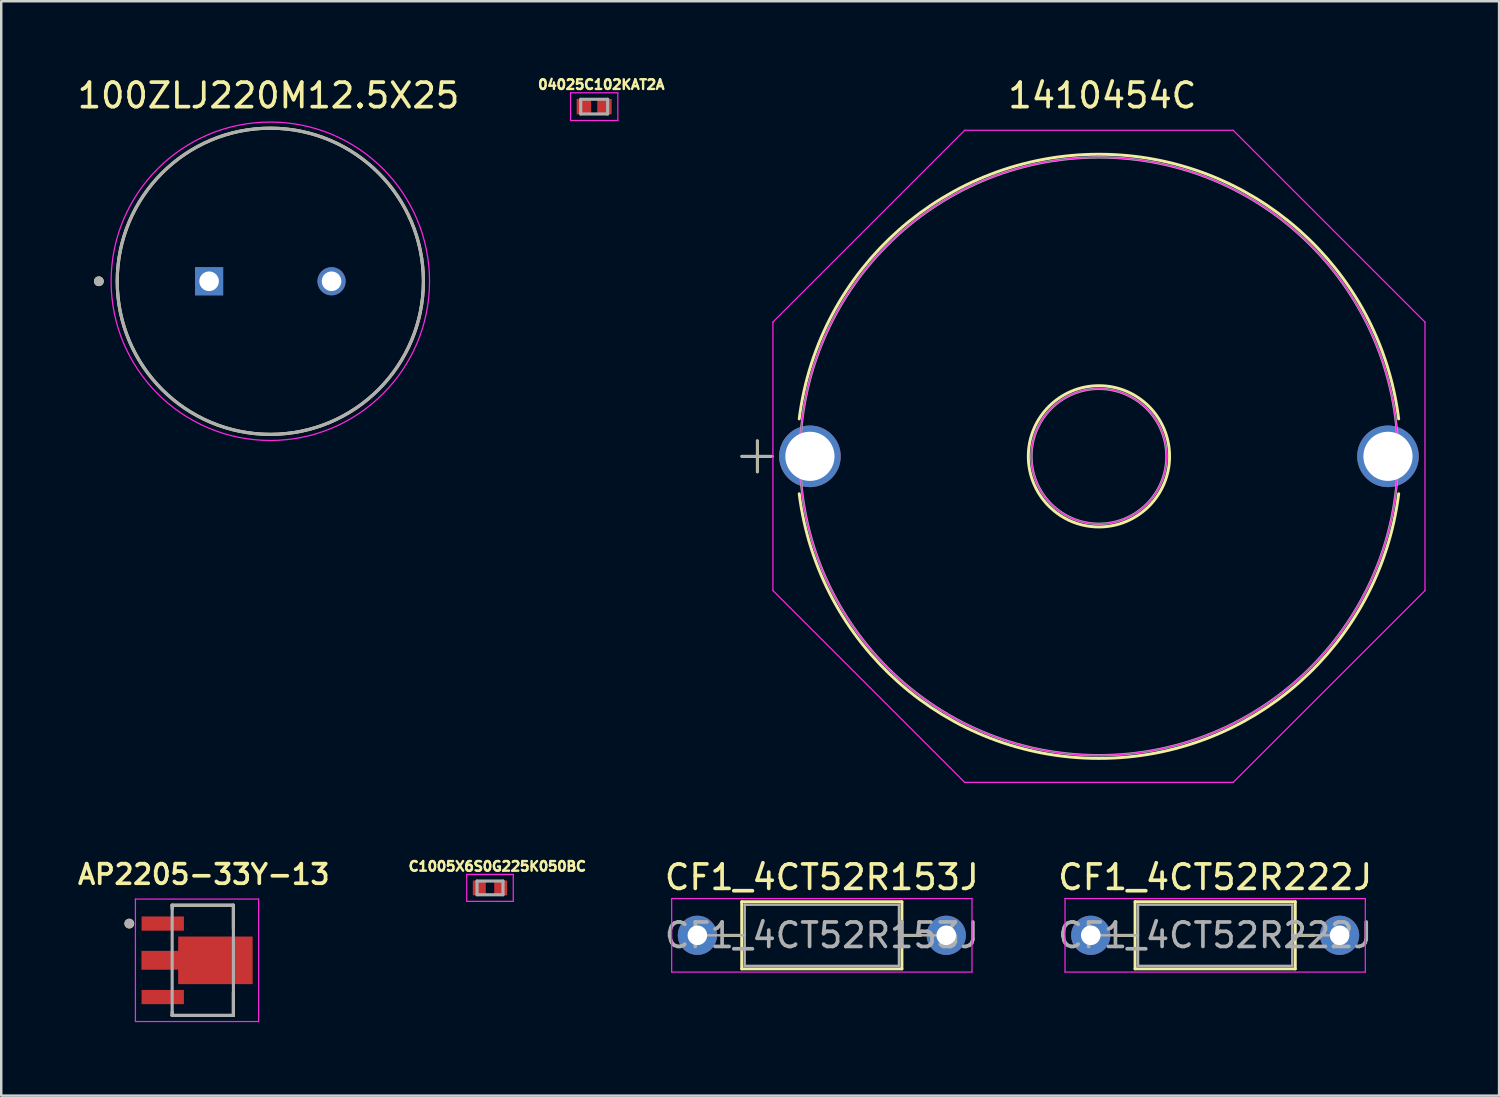
<source format=kicad_pcb>
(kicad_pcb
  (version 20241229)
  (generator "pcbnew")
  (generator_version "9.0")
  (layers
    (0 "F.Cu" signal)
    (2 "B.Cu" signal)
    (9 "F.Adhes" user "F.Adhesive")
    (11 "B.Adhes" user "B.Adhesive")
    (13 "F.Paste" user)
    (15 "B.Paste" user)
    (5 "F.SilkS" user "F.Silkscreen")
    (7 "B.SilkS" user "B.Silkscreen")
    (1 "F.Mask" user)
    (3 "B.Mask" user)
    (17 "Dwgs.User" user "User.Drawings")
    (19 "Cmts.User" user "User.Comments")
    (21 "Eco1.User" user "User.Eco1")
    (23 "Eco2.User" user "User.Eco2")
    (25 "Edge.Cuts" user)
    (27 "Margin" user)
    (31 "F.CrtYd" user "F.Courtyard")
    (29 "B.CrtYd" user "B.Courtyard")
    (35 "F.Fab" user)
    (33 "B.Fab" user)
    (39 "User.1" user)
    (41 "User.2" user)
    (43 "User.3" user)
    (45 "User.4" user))
  (footprint "04025C102KAT2A"
    (layer "F.Cu")
    (at 21.208 1.303)
    (property "Reference" "04025C102KAT2A" (at 0.29 -0.9 0) (layer "F.SilkS") (effects (font (size 0.394 0.394) (thickness 0.15))))
    (attr through_hole)
    (fp_line (start -0.965 -0.565) (end 0.965 -0.565) (stroke (width 0.05) (type solid)) (layer "F.CrtYd"))
    (fp_line (start -0.965 0.565) (end -0.965 -0.565) (stroke (width 0.05) (type solid)) (layer "F.CrtYd"))
    (fp_line (start -0.965 0.565) (end 0.965 0.565) (stroke (width 0.05) (type solid)) (layer "F.CrtYd"))
    (fp_line (start 0.965 0.565) (end 0.965 -0.565) (stroke (width 0.05) (type solid)) (layer "F.CrtYd"))
    (fp_line (start -0.55 0.3) (end -0.55 -0.3) (stroke (width 0.127) (type solid)) (layer "F.Fab"))
    (fp_line (start 0.55 -0.3) (end -0.55 -0.3) (stroke (width 0.127) (type solid)) (layer "F.Fab"))
    (fp_line (start 0.55 0.3) (end -0.55 0.3) (stroke (width 0.127) (type solid)) (layer "F.Fab"))
    (fp_line (start 0.55 0.3) (end 0.55 -0.3) (stroke (width 0.127) (type solid)) (layer "F.Fab"))
    (pad "1" smd rect (at -0.42 0) (size 0.59 0.63) (layers "F.Cu" "F.Mask" "F.Paste"))
    (pad "2" smd rect (at 0.42 0) (size 0.59 0.63) (layers "F.Cu" "F.Mask" "F.Paste")))
  (footprint "CF1_4CT52R153J"
    (layer "F.Cu")
    (at 25.422 35.135)
    (property "Reference" "CF1_4CT52R153J" (at 5.08 -2.37 0) (layer "F.SilkS") (effects (font (size 1 1) (thickness 0.15))))
    (attr through_hole)
    (fp_line (start 1.04 0) (end 1.81 0) (stroke (width 0.12) (type solid)) (layer "F.SilkS"))
    (fp_line (start 1.81 -1.37) (end 1.81 1.37) (stroke (width 0.12) (type solid)) (layer "F.SilkS"))
    (fp_line (start 1.81 1.37) (end 8.35 1.37) (stroke (width 0.12) (type solid)) (layer "F.SilkS"))
    (fp_line (start 8.35 -1.37) (end 1.81 -1.37) (stroke (width 0.12) (type solid)) (layer "F.SilkS"))
    (fp_line (start 8.35 1.37) (end 8.35 -1.37) (stroke (width 0.12) (type solid)) (layer "F.SilkS"))
    (fp_line (start 9.12 0) (end 8.35 0) (stroke (width 0.12) (type solid)) (layer "F.SilkS"))
    (fp_line (start -1.05 -1.5) (end -1.05 1.5) (stroke (width 0.05) (type solid)) (layer "F.CrtYd"))
    (fp_line (start -1.05 1.5) (end 11.21 1.5) (stroke (width 0.05) (type solid)) (layer "F.CrtYd"))
    (fp_line (start 11.21 -1.5) (end -1.05 -1.5) (stroke (width 0.05) (type solid)) (layer "F.CrtYd"))
    (fp_line (start 11.21 1.5) (end 11.21 -1.5) (stroke (width 0.05) (type solid)) (layer "F.CrtYd"))
    (fp_line (start 0 0) (end 1.93 0) (stroke (width 0.1) (type solid)) (layer "F.Fab"))
    (fp_line (start 1.93 -1.25) (end 1.93 1.25) (stroke (width 0.1) (type solid)) (layer "F.Fab"))
    (fp_line (start 1.93 1.25) (end 8.23 1.25) (stroke (width 0.1) (type solid)) (layer "F.Fab"))
    (fp_line (start 8.23 -1.25) (end 1.93 -1.25) (stroke (width 0.1) (type solid)) (layer "F.Fab"))
    (fp_line (start 8.23 1.25) (end 8.23 -1.25) (stroke (width 0.1) (type solid)) (layer "F.Fab"))
    (fp_line (start 10.16 0) (end 8.23 0) (stroke (width 0.1) (type solid)) (layer "F.Fab"))
    (fp_text user "${REFERENCE}" (at 5.08 0 0) (layer "F.Fab") (effects (font (size 1 1) (thickness 0.15))))
    (pad "1" thru_hole circle (at 0 0) (size 1.6 1.6) (drill 0.8) (layers "*.Cu" "*.Mask"))
    (pad "2" thru_hole oval (at 10.16 0) (size 1.6 1.6) (drill 0.8) (layers "*.Cu" "*.Mask")))
  (footprint "C1005X6S0G225K050BC"
    (layer "F.Cu")
    (at 16.955 33.2)
    (property "Reference" "C1005X6S0G225K050BC" (at 0.3 -0.88 0) (layer "F.SilkS") (effects (font (size 0.394 0.394) (thickness 0.15))))
    (attr through_hole)
    (fp_line (start -0.95 -0.55) (end 0.95 -0.55) (stroke (width 0.05) (type solid)) (layer "F.CrtYd"))
    (fp_line (start -0.95 0.55) (end -0.95 -0.55) (stroke (width 0.05) (type solid)) (layer "F.CrtYd"))
    (fp_line (start -0.95 0.55) (end 0.95 0.55) (stroke (width 0.05) (type solid)) (layer "F.CrtYd"))
    (fp_line (start 0.95 0.55) (end 0.95 -0.55) (stroke (width 0.05) (type solid)) (layer "F.CrtYd"))
    (fp_line (start -0.53 0.28) (end -0.53 -0.28) (stroke (width 0.127) (type solid)) (layer "F.Fab"))
    (fp_line (start 0.53 -0.28) (end -0.53 -0.28) (stroke (width 0.127) (type solid)) (layer "F.Fab"))
    (fp_line (start 0.53 0.28) (end -0.53 0.28) (stroke (width 0.127) (type solid)) (layer "F.Fab"))
    (fp_line (start 0.53 0.28) (end 0.53 -0.28) (stroke (width 0.127) (type solid)) (layer "F.Fab"))
    (pad "1" smd rect (at -0.437 0) (size 0.53 0.6) (layers "F.Cu" "F.Mask" "F.Paste"))
    (pad "2" smd rect (at 0.437 0) (size 0.53 0.6) (layers "F.Cu" "F.Mask" "F.Paste")))
  (footprint "CF1_4CT52R222J"
    (layer "F.Cu")
    (at 41.481 35.135)
    (property "Reference" "CF1_4CT52R222J" (at 5.08 -2.37 0) (layer "F.SilkS") (effects (font (size 1 1) (thickness 0.15))))
    (attr through_hole)
    (fp_line (start 1.04 0) (end 1.81 0) (stroke (width 0.12) (type solid)) (layer "F.SilkS"))
    (fp_line (start 1.81 -1.37) (end 1.81 1.37) (stroke (width 0.12) (type solid)) (layer "F.SilkS"))
    (fp_line (start 1.81 1.37) (end 8.35 1.37) (stroke (width 0.12) (type solid)) (layer "F.SilkS"))
    (fp_line (start 8.35 -1.37) (end 1.81 -1.37) (stroke (width 0.12) (type solid)) (layer "F.SilkS"))
    (fp_line (start 8.35 1.37) (end 8.35 -1.37) (stroke (width 0.12) (type solid)) (layer "F.SilkS"))
    (fp_line (start 9.12 0) (end 8.35 0) (stroke (width 0.12) (type solid)) (layer "F.SilkS"))
    (fp_line (start -1.05 -1.5) (end -1.05 1.5) (stroke (width 0.05) (type solid)) (layer "F.CrtYd"))
    (fp_line (start -1.05 1.5) (end 11.21 1.5) (stroke (width 0.05) (type solid)) (layer "F.CrtYd"))
    (fp_line (start 11.21 -1.5) (end -1.05 -1.5) (stroke (width 0.05) (type solid)) (layer "F.CrtYd"))
    (fp_line (start 11.21 1.5) (end 11.21 -1.5) (stroke (width 0.05) (type solid)) (layer "F.CrtYd"))
    (fp_line (start 0 0) (end 1.93 0) (stroke (width 0.1) (type solid)) (layer "F.Fab"))
    (fp_line (start 1.93 -1.25) (end 1.93 1.25) (stroke (width 0.1) (type solid)) (layer "F.Fab"))
    (fp_line (start 1.93 1.25) (end 8.23 1.25) (stroke (width 0.1) (type solid)) (layer "F.Fab"))
    (fp_line (start 8.23 -1.25) (end 1.93 -1.25) (stroke (width 0.1) (type solid)) (layer "F.Fab"))
    (fp_line (start 8.23 1.25) (end 8.23 -1.25) (stroke (width 0.1) (type solid)) (layer "F.Fab"))
    (fp_line (start 10.16 0) (end 8.23 0) (stroke (width 0.1) (type solid)) (layer "F.Fab"))
    (fp_text user "${REFERENCE}" (at 5.08 0 0) (layer "F.Fab") (effects (font (size 1 1) (thickness 0.15))))
    (pad "1" thru_hole circle (at 0 0) (size 1.6 1.6) (drill 0.8) (layers "*.Cu" "*.Mask"))
    (pad "2" thru_hole oval (at 10.16 0) (size 1.6 1.6) (drill 0.8) (layers "*.Cu" "*.Mask")))
  (footprint "1410454C"
    (layer "F.Cu")
    (at 41.954 15.58)
    (property "Reference" "1410454C" (at 0 -14.732 0) (layer "F.SilkS") (effects (font (size 1 1) (thickness 0.15))))
    (attr through_hole)
    (fp_line (start -14.719 0) (end -13.528 0) (stroke (width 0.12) (type solid)) (layer "F.SilkS"))
    (fp_line (start -14.084 -0.635) (end -14.084 0.635) (stroke (width 0.12) (type solid)) (layer "F.SilkS"))
    (fp_arc (start -12.37455 -1.528935) (mid -0.138 -12.3317) (end 12.098552 -1.528938) (stroke (width 0.12) (type solid)) (layer "F.SilkS"))
    (fp_arc (start 12.098552 1.528937) (mid -0.137999 12.3317) (end -12.37455 1.528936) (stroke (width 0.12) (type solid)) (layer "F.SilkS"))
    (fp_circle (center -0.138 0) (end 2.745 0) (stroke (width 0.12) (type solid)) (fill no) (layer "F.SilkS"))
    (fp_line (start -13.449 -5.481) (end -5.619 -13.311) (stroke (width 0.05) (type solid)) (layer "F.CrtYd"))
    (fp_line (start -13.449 5.481) (end -13.449 -5.481) (stroke (width 0.05) (type solid)) (layer "F.CrtYd"))
    (fp_line (start -5.619 -13.311) (end 5.343 -13.311) (stroke (width 0.05) (type solid)) (layer "F.CrtYd"))
    (fp_line (start -5.619 13.311) (end -13.449 5.481) (stroke (width 0.05) (type solid)) (layer "F.CrtYd"))
    (fp_line (start 5.343 -13.311) (end 13.173 -5.481) (stroke (width 0.05) (type solid)) (layer "F.CrtYd"))
    (fp_line (start 5.343 13.311) (end -5.619 13.311) (stroke (width 0.05) (type solid)) (layer "F.CrtYd"))
    (fp_line (start 13.173 -5.481) (end 13.173 5.481) (stroke (width 0.05) (type solid)) (layer "F.CrtYd"))
    (fp_line (start 13.173 5.481) (end 5.343 13.311) (stroke (width 0.05) (type solid)) (layer "F.CrtYd"))
    (fp_circle (center -0.138 0) (end 2.618 0) (stroke (width 0.05) (type solid)) (fill no) (layer "F.CrtYd"))
    (fp_circle (center -0.138 0) (end 12.067 0) (stroke (width 0.05) (type solid)) (fill no) (layer "F.CrtYd"))
    (fp_line (start -14.719 0) (end -13.449 0) (stroke (width 0.1) (type solid)) (layer "F.Fab"))
    (fp_line (start -14.084 -0.635) (end -14.084 0.635) (stroke (width 0.1) (type solid)) (layer "F.Fab"))
    (fp_circle (center -0.138 0) (end 2.618 0) (stroke (width 0.1) (type solid)) (fill no) (layer "F.Fab"))
    (fp_circle (center -0.138 0) (end 12.067 0) (stroke (width 0.1) (type solid)) (fill no) (layer "F.Fab"))
    (fp_text user "*" (at -11.938 0 0) (layer "F.SilkS") (effects (font (size 1 1) (thickness 0.15))))
    (fp_text user "Copyright 2021 Accelerated Designs. All rights reserved." (at -11.938 0 0) (layer "Cmts.User") (effects (font (size 0.127 0.127) (thickness 0.002))))
    (fp_text user "*" (at -11.938 0 0) (layer "F.Fab") (effects (font (size 1 1) (thickness 0.15))))
    (pad "1" thru_hole circle (at -11.938 0) (size 2.515 2.515) (drill 2.007) (layers "*.Cu" "*.Mask"))
    (pad "2" thru_hole circle (at 11.662 0) (size 2.515 2.515) (drill 2.007) (layers "*.Cu" "*.Mask")))
  (footprint "AP2205-33Y-13"
    (layer "F.Cu")
    (at 5.229 36.156)
    (property "Reference" "AP2205-33Y-13" (at 0.04 -3.508 0) (layer "F.SilkS") (effects (font (size 0.8 0.8) (thickness 0.15))))
    (attr through_hole)
    (fp_poly (pts (xy -2.55 -1.84) (xy -0.72 -1.84) (xy -0.72 -1.16) (xy -2.55 -1.16)) (stroke (width 0.01) (type solid)) (fill yes) (layer "F.Mask"))
    (fp_poly (pts (xy -2.55 1.16) (xy -0.72 1.16) (xy -0.72 1.84) (xy -2.55 1.84)) (stroke (width 0.01) (type solid)) (fill yes) (layer "F.Mask"))
    (fp_poly (pts (xy 2.08 -1.016) (xy 2.08 1.016) (xy -1.05 1.016) (xy -1.05 0.43) (xy -2.55 0.43) (xy -2.55 -0.43) (xy -1.05 -0.43) (xy -1.05 -1.016)) (stroke (width 0.01) (type solid)) (fill yes) (layer "F.Mask"))
    (fp_line (start -1.25 -2.25) (end 1.25 -2.25) (stroke (width 0.127) (type solid)) (layer "F.SilkS"))
    (fp_line (start -1.25 -2.11) (end -1.25 -2.25) (stroke (width 0.127) (type solid)) (layer "F.SilkS"))
    (fp_line (start -1.25 2.25) (end -1.25 2.11) (stroke (width 0.127) (type solid)) (layer "F.SilkS"))
    (fp_line (start -1.25 2.25) (end 1.25 2.25) (stroke (width 0.127) (type solid)) (layer "F.SilkS"))
    (fp_line (start 1.25 -1.3) (end 1.25 -2.25) (stroke (width 0.127) (type solid)) (layer "F.SilkS"))
    (fp_line (start 1.25 1.3) (end 1.25 2.25) (stroke (width 0.127) (type solid)) (layer "F.SilkS"))
    (fp_circle (center -3 -1.5) (end -2.9 -1.5) (stroke (width 0.2) (type solid)) (fill no) (layer "F.SilkS"))
    (fp_poly (pts (xy -2.5 -0.38) (xy -1 -0.38) (xy -1 0.38) (xy -2.5 0.38)) (stroke (width 0.01) (type solid)) (fill yes) (layer "F.Paste"))
    (fp_poly (pts (xy -0.445 -0.61) (xy 1.475 -0.61) (xy 1.475 0.61) (xy -0.445 0.61)) (stroke (width 0.01) (type solid)) (fill yes) (layer "F.Paste"))
    (fp_line (start -2.75 -2.5) (end -2.75 2.5) (stroke (width 0.05) (type solid)) (layer "F.CrtYd"))
    (fp_line (start 2.28 -2.5) (end -2.75 -2.5) (stroke (width 0.05) (type solid)) (layer "F.CrtYd"))
    (fp_line (start 2.28 -2.5) (end 2.28 2.5) (stroke (width 0.05) (type solid)) (layer "F.CrtYd"))
    (fp_line (start 2.28 2.5) (end -2.75 2.5) (stroke (width 0.05) (type solid)) (layer "F.CrtYd"))
    (fp_line (start -1.25 -2.25) (end -1.25 2.25) (stroke (width 0.127) (type solid)) (layer "F.Fab"))
    (fp_line (start -1.25 -2.25) (end 1.25 -2.25) (stroke (width 0.127) (type solid)) (layer "F.Fab"))
    (fp_line (start -1.25 2.25) (end 1.25 2.25) (stroke (width 0.127) (type solid)) (layer "F.Fab"))
    (fp_line (start 1.25 -2.25) (end 1.25 2.25) (stroke (width 0.127) (type solid)) (layer "F.Fab"))
    (fp_circle (center -3 -1.5) (end -2.9 -1.5) (stroke (width 0.2) (type solid)) (fill no) (layer "F.Fab"))
    (pad "1" smd rect (at -1.635 -1.5) (size 1.73 0.58) (layers "F.Cu" "F.Paste"))
    (pad "2" smd custom (at 0 0) (size 1 0.76) (layers "F.Cu") (options (anchor rect)) (primitives (gr_poly (pts (xy 2.03 -0.967) (xy 2.03 0.967) (xy -1 0.967) (xy -1 0.38) (xy -2.5 0.38) (xy -2.5 -0.38) (xy -1 -0.38) (xy -1 -0.967)) (width 0.01) (fill yes))))
    (pad "3" smd rect (at -1.635 1.5) (size 1.73 0.58) (layers "F.Cu" "F.Paste")))
  (footprint "100ZLJ220M12.5X25"
    (layer "F.Cu")
    (at 7.986 8.433)
    (property "Reference" "100ZLJ220M12.5X25" (at -0.075 -7.585 0) (layer "F.SilkS") (effects (font (size 1 1) (thickness 0.15))))
    (attr through_hole)
    (fp_circle (center -7 0) (end -6.9 0) (stroke (width 0.2) (type solid)) (fill no) (layer "F.SilkS"))
    (fp_circle (center 0 0) (end 6.25 0) (stroke (width 0.127) (type solid)) (fill no) (layer "F.SilkS"))
    (fp_circle (center 0 0) (end 6.5 0) (stroke (width 0.05) (type solid)) (fill no) (layer "F.CrtYd"))
    (fp_circle (center -7 0) (end -6.9 0) (stroke (width 0.2) (type solid)) (fill no) (layer "F.Fab"))
    (fp_circle (center 0 0) (end 6.25 0) (stroke (width 0.127) (type solid)) (fill no) (layer "F.Fab"))
    (pad "1" thru_hole rect (at -2.5 0) (size 1.15 1.15) (drill 0.8) (layers "*.Cu" "*.Mask"))
    (pad "2" thru_hole circle (at 2.5 0) (size 1.15 1.15) (drill 0.8) (layers "*.Cu" "*.Mask")))
  (gr_rect
    (start -3 -3)
    (end 58.152 41.681)
    (stroke (width 0.1) (type default))
    (fill no)
    (layer "Edge.Cuts")))
</source>
